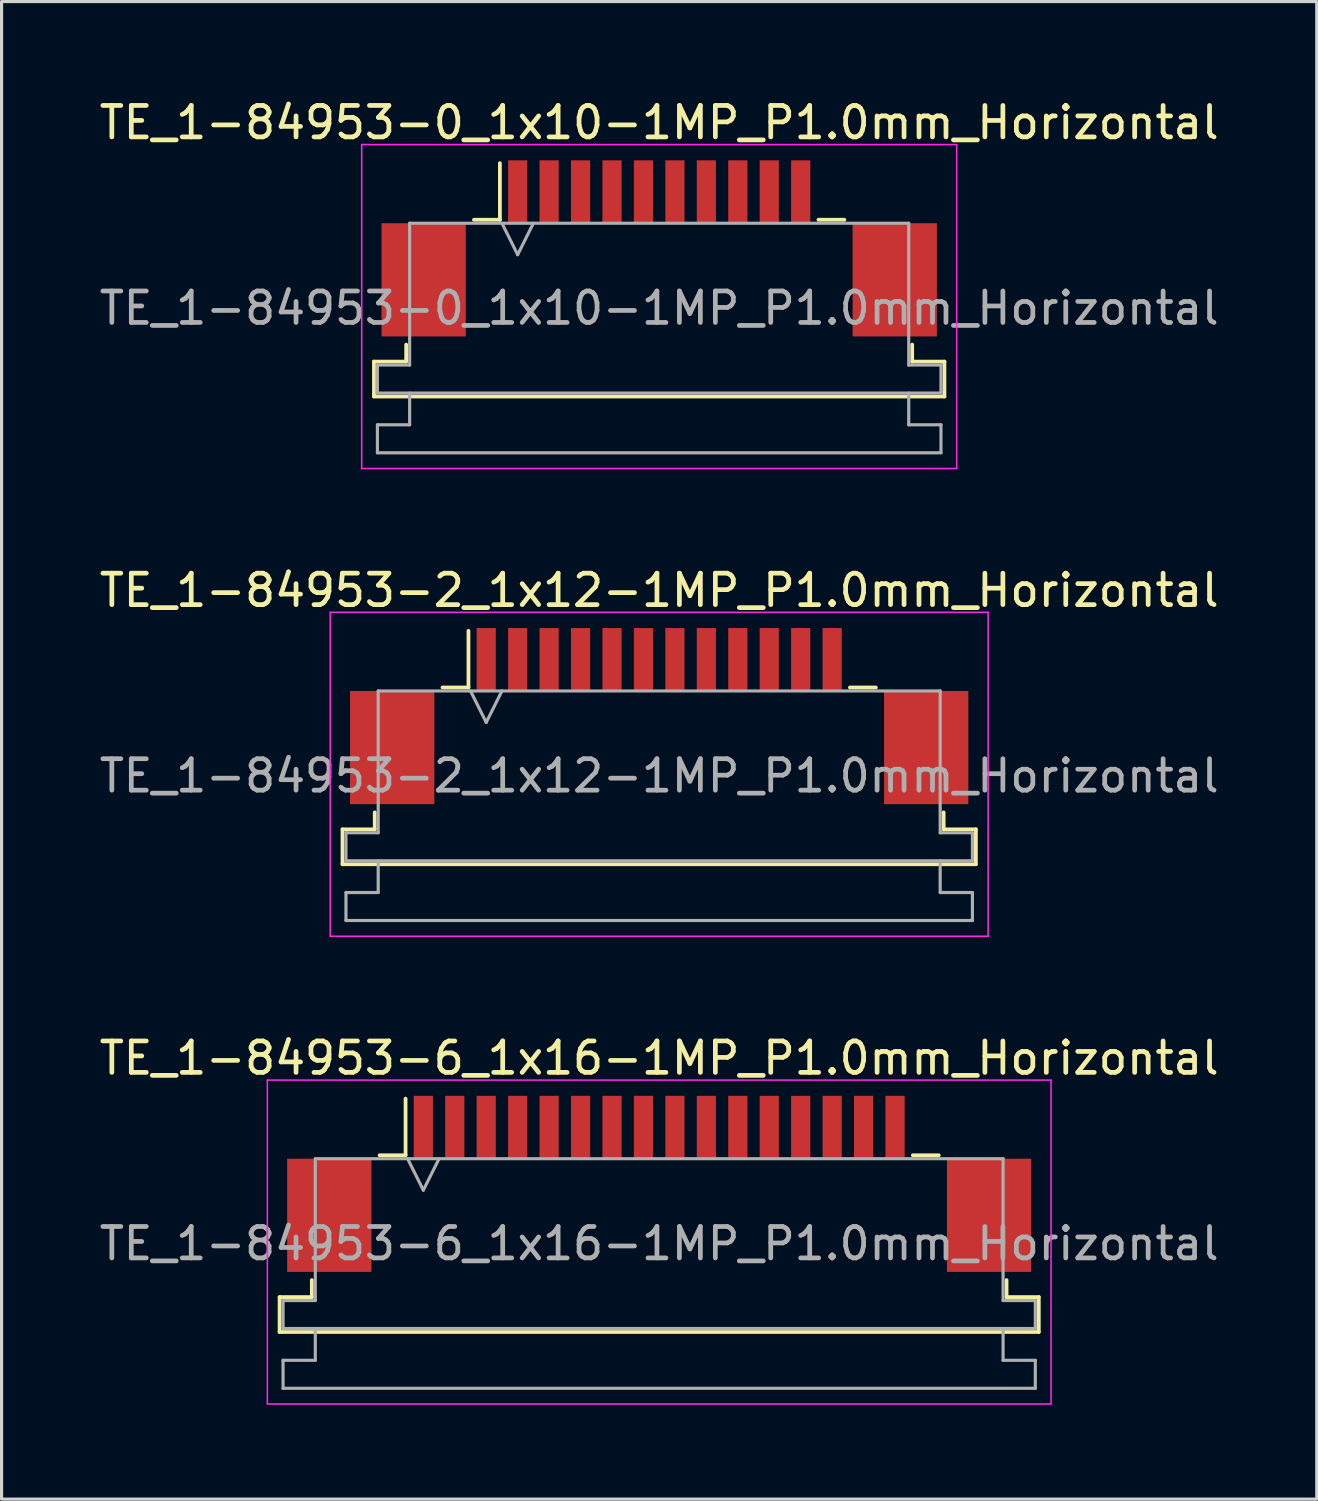
<source format=kicad_pcb>
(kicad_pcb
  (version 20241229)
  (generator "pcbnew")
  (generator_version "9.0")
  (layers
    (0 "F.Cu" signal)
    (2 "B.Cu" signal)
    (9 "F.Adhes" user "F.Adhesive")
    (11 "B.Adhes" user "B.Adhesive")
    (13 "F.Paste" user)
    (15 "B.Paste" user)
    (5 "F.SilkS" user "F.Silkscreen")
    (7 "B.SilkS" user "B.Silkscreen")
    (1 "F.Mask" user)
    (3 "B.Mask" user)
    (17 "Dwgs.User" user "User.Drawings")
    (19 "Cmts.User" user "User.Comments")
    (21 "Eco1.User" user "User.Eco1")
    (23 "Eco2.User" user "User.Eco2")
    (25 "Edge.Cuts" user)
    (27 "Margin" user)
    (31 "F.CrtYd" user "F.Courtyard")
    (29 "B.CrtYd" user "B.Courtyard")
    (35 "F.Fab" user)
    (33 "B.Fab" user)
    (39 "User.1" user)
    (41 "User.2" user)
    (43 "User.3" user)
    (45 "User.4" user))
  (footprint "TE_1-84953-6_1x16-1MP_P1.0mm_Horizontal"
    (layer "F.Cu")
    (at 17.911 34.595)
    (property "Reference" "TE_1-84953-6_1x16-1MP_P1.0mm_Horizontal" (at 0 -4 0) (layer "F.SilkS") (effects (font (size 1 1) (thickness 0.15))))
    (attr smd)
    (fp_line (start -12.07 3.6) (end -11.045 3.6) (stroke (width 0.12) (type solid)) (layer "F.SilkS"))
    (fp_line (start -12.07 4.71) (end -12.07 3.6) (stroke (width 0.12) (type solid)) (layer "F.SilkS"))
    (fp_line (start -11.045 3.6) (end -11.045 3.06) (stroke (width 0.12) (type solid)) (layer "F.SilkS"))
    (fp_line (start -8.89 -0.91) (end -8.065 -0.91) (stroke (width 0.12) (type solid)) (layer "F.SilkS"))
    (fp_line (start -8.065 -0.91) (end -8.065 -2.71) (stroke (width 0.12) (type solid)) (layer "F.SilkS"))
    (fp_line (start 8.065 -0.91) (end 8.89 -0.91) (stroke (width 0.12) (type solid)) (layer "F.SilkS"))
    (fp_line (start 11.045 3.06) (end 11.045 3.6) (stroke (width 0.12) (type solid)) (layer "F.SilkS"))
    (fp_line (start 11.045 3.6) (end 12.07 3.6) (stroke (width 0.12) (type solid)) (layer "F.SilkS"))
    (fp_line (start 12.07 3.6) (end 12.07 4.71) (stroke (width 0.12) (type solid)) (layer "F.SilkS"))
    (fp_line (start 12.07 4.71) (end -12.07 4.71) (stroke (width 0.12) (type solid)) (layer "F.SilkS"))
    (fp_line (start -12.46 -3.3) (end -12.46 7) (stroke (width 0.05) (type solid)) (layer "F.CrtYd"))
    (fp_line (start -12.46 7) (end 12.46 7) (stroke (width 0.05) (type solid)) (layer "F.CrtYd"))
    (fp_line (start 12.46 -3.3) (end -12.46 -3.3) (stroke (width 0.05) (type solid)) (layer "F.CrtYd"))
    (fp_line (start 12.46 7) (end 12.46 -3.3) (stroke (width 0.05) (type solid)) (layer "F.CrtYd"))
    (fp_line (start -11.96 3.71) (end -10.935 3.71) (stroke (width 0.1) (type solid)) (layer "F.Fab"))
    (fp_line (start -11.96 4.6) (end -11.96 3.71) (stroke (width 0.1) (type solid)) (layer "F.Fab"))
    (fp_line (start -11.96 5.61) (end -10.935 5.61) (stroke (width 0.1) (type solid)) (layer "F.Fab"))
    (fp_line (start -11.96 6.5) (end -11.96 5.61) (stroke (width 0.1) (type solid)) (layer "F.Fab"))
    (fp_line (start -10.935 -0.8) (end 10.935 -0.8) (stroke (width 0.1) (type solid)) (layer "F.Fab"))
    (fp_line (start -10.935 3.71) (end -10.935 -0.8) (stroke (width 0.1) (type solid)) (layer "F.Fab"))
    (fp_line (start -10.935 5.61) (end -10.935 4.6) (stroke (width 0.1) (type solid)) (layer "F.Fab"))
    (fp_line (start -8 -0.8) (end -7.5 0.2) (stroke (width 0.1) (type solid)) (layer "F.Fab"))
    (fp_line (start -7.5 0.2) (end -7 -0.8) (stroke (width 0.1) (type solid)) (layer "F.Fab"))
    (fp_line (start 10.935 -0.8) (end 10.935 3.71) (stroke (width 0.1) (type solid)) (layer "F.Fab"))
    (fp_line (start 10.935 3.71) (end 11.96 3.71) (stroke (width 0.1) (type solid)) (layer "F.Fab"))
    (fp_line (start 10.935 4.6) (end 10.935 5.61) (stroke (width 0.1) (type solid)) (layer "F.Fab"))
    (fp_line (start 10.935 5.61) (end 11.96 5.61) (stroke (width 0.1) (type solid)) (layer "F.Fab"))
    (fp_line (start 11.96 3.71) (end 11.96 4.6) (stroke (width 0.1) (type solid)) (layer "F.Fab"))
    (fp_line (start 11.96 4.6) (end -11.96 4.6) (stroke (width 0.1) (type solid)) (layer "F.Fab"))
    (fp_line (start 11.96 5.61) (end 11.96 6.5) (stroke (width 0.1) (type solid)) (layer "F.Fab"))
    (fp_line (start 11.96 6.5) (end -11.96 6.5) (stroke (width 0.1) (type solid)) (layer "F.Fab"))
    (fp_text user "${REFERENCE}" (at 0 1.9 0) (layer "F.Fab") (effects (font (size 1 1) (thickness 0.15))))
    (pad "1" smd rect (at -7.5 -1.8) (size 0.61 2) (layers "F.Cu" "F.Mask" "F.Paste"))
    (pad "2" smd rect (at -6.5 -1.8) (size 0.61 2) (layers "F.Cu" "F.Mask" "F.Paste"))
    (pad "3" smd rect (at -5.5 -1.8) (size 0.61 2) (layers "F.Cu" "F.Mask" "F.Paste"))
    (pad "4" smd rect (at -4.5 -1.8) (size 0.61 2) (layers "F.Cu" "F.Mask" "F.Paste"))
    (pad "5" smd rect (at -3.5 -1.8) (size 0.61 2) (layers "F.Cu" "F.Mask" "F.Paste"))
    (pad "6" smd rect (at -2.5 -1.8) (size 0.61 2) (layers "F.Cu" "F.Mask" "F.Paste"))
    (pad "7" smd rect (at -1.5 -1.8) (size 0.61 2) (layers "F.Cu" "F.Mask" "F.Paste"))
    (pad "8" smd rect (at -0.5 -1.8) (size 0.61 2) (layers "F.Cu" "F.Mask" "F.Paste"))
    (pad "9" smd rect (at 0.5 -1.8) (size 0.61 2) (layers "F.Cu" "F.Mask" "F.Paste"))
    (pad "10" smd rect (at 1.5 -1.8) (size 0.61 2) (layers "F.Cu" "F.Mask" "F.Paste"))
    (pad "11" smd rect (at 2.5 -1.8) (size 0.61 2) (layers "F.Cu" "F.Mask" "F.Paste"))
    (pad "12" smd rect (at 3.5 -1.8) (size 0.61 2) (layers "F.Cu" "F.Mask" "F.Paste"))
    (pad "13" smd rect (at 4.5 -1.8) (size 0.61 2) (layers "F.Cu" "F.Mask" "F.Paste"))
    (pad "14" smd rect (at 5.5 -1.8) (size 0.61 2) (layers "F.Cu" "F.Mask" "F.Paste"))
    (pad "15" smd rect (at 6.5 -1.8) (size 0.61 2) (layers "F.Cu" "F.Mask" "F.Paste"))
    (pad "16" smd rect (at 7.5 -1.8) (size 0.61 2) (layers "F.Cu" "F.Mask" "F.Paste"))
    (pad "MP" smd rect (at -10.49 1) (size 2.68 3.6) (layers "F.Cu" "F.Mask" "F.Paste"))
    (pad "MP" smd rect (at 10.49 1) (size 2.68 3.6) (layers "F.Cu" "F.Mask" "F.Paste")))
  (footprint "TE_1-84953-2_1x12-1MP_P1.0mm_Horizontal"
    (layer "F.Cu")
    (at 17.911 19.721)
    (property "Reference" "TE_1-84953-2_1x12-1MP_P1.0mm_Horizontal" (at 0 -4 0) (layer "F.SilkS") (effects (font (size 1 1) (thickness 0.15))))
    (attr smd)
    (fp_line (start -10.07 3.6) (end -9.045 3.6) (stroke (width 0.12) (type solid)) (layer "F.SilkS"))
    (fp_line (start -10.07 4.71) (end -10.07 3.6) (stroke (width 0.12) (type solid)) (layer "F.SilkS"))
    (fp_line (start -9.045 3.6) (end -9.045 3.06) (stroke (width 0.12) (type solid)) (layer "F.SilkS"))
    (fp_line (start -6.89 -0.91) (end -6.065 -0.91) (stroke (width 0.12) (type solid)) (layer "F.SilkS"))
    (fp_line (start -6.065 -0.91) (end -6.065 -2.71) (stroke (width 0.12) (type solid)) (layer "F.SilkS"))
    (fp_line (start 6.065 -0.91) (end 6.89 -0.91) (stroke (width 0.12) (type solid)) (layer "F.SilkS"))
    (fp_line (start 9.045 3.06) (end 9.045 3.6) (stroke (width 0.12) (type solid)) (layer "F.SilkS"))
    (fp_line (start 9.045 3.6) (end 10.07 3.6) (stroke (width 0.12) (type solid)) (layer "F.SilkS"))
    (fp_line (start 10.07 3.6) (end 10.07 4.71) (stroke (width 0.12) (type solid)) (layer "F.SilkS"))
    (fp_line (start 10.07 4.71) (end -10.07 4.71) (stroke (width 0.12) (type solid)) (layer "F.SilkS"))
    (fp_line (start -10.46 -3.3) (end -10.46 7) (stroke (width 0.05) (type solid)) (layer "F.CrtYd"))
    (fp_line (start -10.46 7) (end 10.46 7) (stroke (width 0.05) (type solid)) (layer "F.CrtYd"))
    (fp_line (start 10.46 -3.3) (end -10.46 -3.3) (stroke (width 0.05) (type solid)) (layer "F.CrtYd"))
    (fp_line (start 10.46 7) (end 10.46 -3.3) (stroke (width 0.05) (type solid)) (layer "F.CrtYd"))
    (fp_line (start -9.96 3.71) (end -8.935 3.71) (stroke (width 0.1) (type solid)) (layer "F.Fab"))
    (fp_line (start -9.96 4.6) (end -9.96 3.71) (stroke (width 0.1) (type solid)) (layer "F.Fab"))
    (fp_line (start -9.96 5.61) (end -8.935 5.61) (stroke (width 0.1) (type solid)) (layer "F.Fab"))
    (fp_line (start -9.96 6.5) (end -9.96 5.61) (stroke (width 0.1) (type solid)) (layer "F.Fab"))
    (fp_line (start -8.935 -0.8) (end 8.935 -0.8) (stroke (width 0.1) (type solid)) (layer "F.Fab"))
    (fp_line (start -8.935 3.71) (end -8.935 -0.8) (stroke (width 0.1) (type solid)) (layer "F.Fab"))
    (fp_line (start -8.935 5.61) (end -8.935 4.6) (stroke (width 0.1) (type solid)) (layer "F.Fab"))
    (fp_line (start -6 -0.8) (end -5.5 0.2) (stroke (width 0.1) (type solid)) (layer "F.Fab"))
    (fp_line (start -5.5 0.2) (end -5 -0.8) (stroke (width 0.1) (type solid)) (layer "F.Fab"))
    (fp_line (start 8.935 -0.8) (end 8.935 3.71) (stroke (width 0.1) (type solid)) (layer "F.Fab"))
    (fp_line (start 8.935 3.71) (end 9.96 3.71) (stroke (width 0.1) (type solid)) (layer "F.Fab"))
    (fp_line (start 8.935 4.6) (end 8.935 5.61) (stroke (width 0.1) (type solid)) (layer "F.Fab"))
    (fp_line (start 8.935 5.61) (end 9.96 5.61) (stroke (width 0.1) (type solid)) (layer "F.Fab"))
    (fp_line (start 9.96 3.71) (end 9.96 4.6) (stroke (width 0.1) (type solid)) (layer "F.Fab"))
    (fp_line (start 9.96 4.6) (end -9.96 4.6) (stroke (width 0.1) (type solid)) (layer "F.Fab"))
    (fp_line (start 9.96 5.61) (end 9.96 6.5) (stroke (width 0.1) (type solid)) (layer "F.Fab"))
    (fp_line (start 9.96 6.5) (end -9.96 6.5) (stroke (width 0.1) (type solid)) (layer "F.Fab"))
    (fp_text user "${REFERENCE}" (at 0 1.9 0) (layer "F.Fab") (effects (font (size 1 1) (thickness 0.15))))
    (pad "1" smd rect (at -5.5 -1.8) (size 0.61 2) (layers "F.Cu" "F.Mask" "F.Paste"))
    (pad "2" smd rect (at -4.5 -1.8) (size 0.61 2) (layers "F.Cu" "F.Mask" "F.Paste"))
    (pad "3" smd rect (at -3.5 -1.8) (size 0.61 2) (layers "F.Cu" "F.Mask" "F.Paste"))
    (pad "4" smd rect (at -2.5 -1.8) (size 0.61 2) (layers "F.Cu" "F.Mask" "F.Paste"))
    (pad "5" smd rect (at -1.5 -1.8) (size 0.61 2) (layers "F.Cu" "F.Mask" "F.Paste"))
    (pad "6" smd rect (at -0.5 -1.8) (size 0.61 2) (layers "F.Cu" "F.Mask" "F.Paste"))
    (pad "7" smd rect (at 0.5 -1.8) (size 0.61 2) (layers "F.Cu" "F.Mask" "F.Paste"))
    (pad "8" smd rect (at 1.5 -1.8) (size 0.61 2) (layers "F.Cu" "F.Mask" "F.Paste"))
    (pad "9" smd rect (at 2.5 -1.8) (size 0.61 2) (layers "F.Cu" "F.Mask" "F.Paste"))
    (pad "10" smd rect (at 3.5 -1.8) (size 0.61 2) (layers "F.Cu" "F.Mask" "F.Paste"))
    (pad "11" smd rect (at 4.5 -1.8) (size 0.61 2) (layers "F.Cu" "F.Mask" "F.Paste"))
    (pad "12" smd rect (at 5.5 -1.8) (size 0.61 2) (layers "F.Cu" "F.Mask" "F.Paste"))
    (pad "MP" smd rect (at -8.49 1) (size 2.68 3.6) (layers "F.Cu" "F.Mask" "F.Paste"))
    (pad "MP" smd rect (at 8.49 1) (size 2.68 3.6) (layers "F.Cu" "F.Mask" "F.Paste")))
  (footprint "TE_1-84953-0_1x10-1MP_P1.0mm_Horizontal"
    (layer "F.Cu")
    (at 17.911 4.848)
    (property "Reference" "TE_1-84953-0_1x10-1MP_P1.0mm_Horizontal" (at 0 -4 0) (layer "F.SilkS") (effects (font (size 1 1) (thickness 0.15))))
    (attr smd)
    (fp_line (start -9.07 3.6) (end -8.045 3.6) (stroke (width 0.12) (type solid)) (layer "F.SilkS"))
    (fp_line (start -9.07 4.71) (end -9.07 3.6) (stroke (width 0.12) (type solid)) (layer "F.SilkS"))
    (fp_line (start -8.045 3.6) (end -8.045 3.06) (stroke (width 0.12) (type solid)) (layer "F.SilkS"))
    (fp_line (start -5.89 -0.91) (end -5.065 -0.91) (stroke (width 0.12) (type solid)) (layer "F.SilkS"))
    (fp_line (start -5.065 -0.91) (end -5.065 -2.71) (stroke (width 0.12) (type solid)) (layer "F.SilkS"))
    (fp_line (start 5.065 -0.91) (end 5.89 -0.91) (stroke (width 0.12) (type solid)) (layer "F.SilkS"))
    (fp_line (start 8.045 3.06) (end 8.045 3.6) (stroke (width 0.12) (type solid)) (layer "F.SilkS"))
    (fp_line (start 8.045 3.6) (end 9.07 3.6) (stroke (width 0.12) (type solid)) (layer "F.SilkS"))
    (fp_line (start 9.07 3.6) (end 9.07 4.71) (stroke (width 0.12) (type solid)) (layer "F.SilkS"))
    (fp_line (start 9.07 4.71) (end -9.07 4.71) (stroke (width 0.12) (type solid)) (layer "F.SilkS"))
    (fp_line (start -9.46 -3.3) (end -9.46 7) (stroke (width 0.05) (type solid)) (layer "F.CrtYd"))
    (fp_line (start -9.46 7) (end 9.46 7) (stroke (width 0.05) (type solid)) (layer "F.CrtYd"))
    (fp_line (start 9.46 -3.3) (end -9.46 -3.3) (stroke (width 0.05) (type solid)) (layer "F.CrtYd"))
    (fp_line (start 9.46 7) (end 9.46 -3.3) (stroke (width 0.05) (type solid)) (layer "F.CrtYd"))
    (fp_line (start -8.96 3.71) (end -7.935 3.71) (stroke (width 0.1) (type solid)) (layer "F.Fab"))
    (fp_line (start -8.96 4.6) (end -8.96 3.71) (stroke (width 0.1) (type solid)) (layer "F.Fab"))
    (fp_line (start -8.96 5.61) (end -7.935 5.61) (stroke (width 0.1) (type solid)) (layer "F.Fab"))
    (fp_line (start -8.96 6.5) (end -8.96 5.61) (stroke (width 0.1) (type solid)) (layer "F.Fab"))
    (fp_line (start -7.935 -0.8) (end 7.935 -0.8) (stroke (width 0.1) (type solid)) (layer "F.Fab"))
    (fp_line (start -7.935 3.71) (end -7.935 -0.8) (stroke (width 0.1) (type solid)) (layer "F.Fab"))
    (fp_line (start -7.935 5.61) (end -7.935 4.6) (stroke (width 0.1) (type solid)) (layer "F.Fab"))
    (fp_line (start -5 -0.8) (end -4.5 0.2) (stroke (width 0.1) (type solid)) (layer "F.Fab"))
    (fp_line (start -4.5 0.2) (end -4 -0.8) (stroke (width 0.1) (type solid)) (layer "F.Fab"))
    (fp_line (start 7.935 -0.8) (end 7.935 3.71) (stroke (width 0.1) (type solid)) (layer "F.Fab"))
    (fp_line (start 7.935 3.71) (end 8.96 3.71) (stroke (width 0.1) (type solid)) (layer "F.Fab"))
    (fp_line (start 7.935 4.6) (end 7.935 5.61) (stroke (width 0.1) (type solid)) (layer "F.Fab"))
    (fp_line (start 7.935 5.61) (end 8.96 5.61) (stroke (width 0.1) (type solid)) (layer "F.Fab"))
    (fp_line (start 8.96 3.71) (end 8.96 4.6) (stroke (width 0.1) (type solid)) (layer "F.Fab"))
    (fp_line (start 8.96 4.6) (end -8.96 4.6) (stroke (width 0.1) (type solid)) (layer "F.Fab"))
    (fp_line (start 8.96 5.61) (end 8.96 6.5) (stroke (width 0.1) (type solid)) (layer "F.Fab"))
    (fp_line (start 8.96 6.5) (end -8.96 6.5) (stroke (width 0.1) (type solid)) (layer "F.Fab"))
    (fp_text user "${REFERENCE}" (at 0 1.9 0) (layer "F.Fab") (effects (font (size 1 1) (thickness 0.15))))
    (pad "1" smd rect (at -4.5 -1.8) (size 0.61 2) (layers "F.Cu" "F.Mask" "F.Paste"))
    (pad "2" smd rect (at -3.5 -1.8) (size 0.61 2) (layers "F.Cu" "F.Mask" "F.Paste"))
    (pad "3" smd rect (at -2.5 -1.8) (size 0.61 2) (layers "F.Cu" "F.Mask" "F.Paste"))
    (pad "4" smd rect (at -1.5 -1.8) (size 0.61 2) (layers "F.Cu" "F.Mask" "F.Paste"))
    (pad "5" smd rect (at -0.5 -1.8) (size 0.61 2) (layers "F.Cu" "F.Mask" "F.Paste"))
    (pad "6" smd rect (at 0.5 -1.8) (size 0.61 2) (layers "F.Cu" "F.Mask" "F.Paste"))
    (pad "7" smd rect (at 1.5 -1.8) (size 0.61 2) (layers "F.Cu" "F.Mask" "F.Paste"))
    (pad "8" smd rect (at 2.5 -1.8) (size 0.61 2) (layers "F.Cu" "F.Mask" "F.Paste"))
    (pad "9" smd rect (at 3.5 -1.8) (size 0.61 2) (layers "F.Cu" "F.Mask" "F.Paste"))
    (pad "10" smd rect (at 4.5 -1.8) (size 0.61 2) (layers "F.Cu" "F.Mask" "F.Paste"))
    (pad "MP" smd rect (at -7.49 1) (size 2.68 3.6) (layers "F.Cu" "F.Mask" "F.Paste"))
    (pad "MP" smd rect (at 7.49 1) (size 2.68 3.6) (layers "F.Cu" "F.Mask" "F.Paste")))
  (gr_rect
    (start -3 -3)
    (end 38.821 44.62)
    (stroke (width 0.1) (type default))
    (fill no)
    (layer "Edge.Cuts")))
</source>
